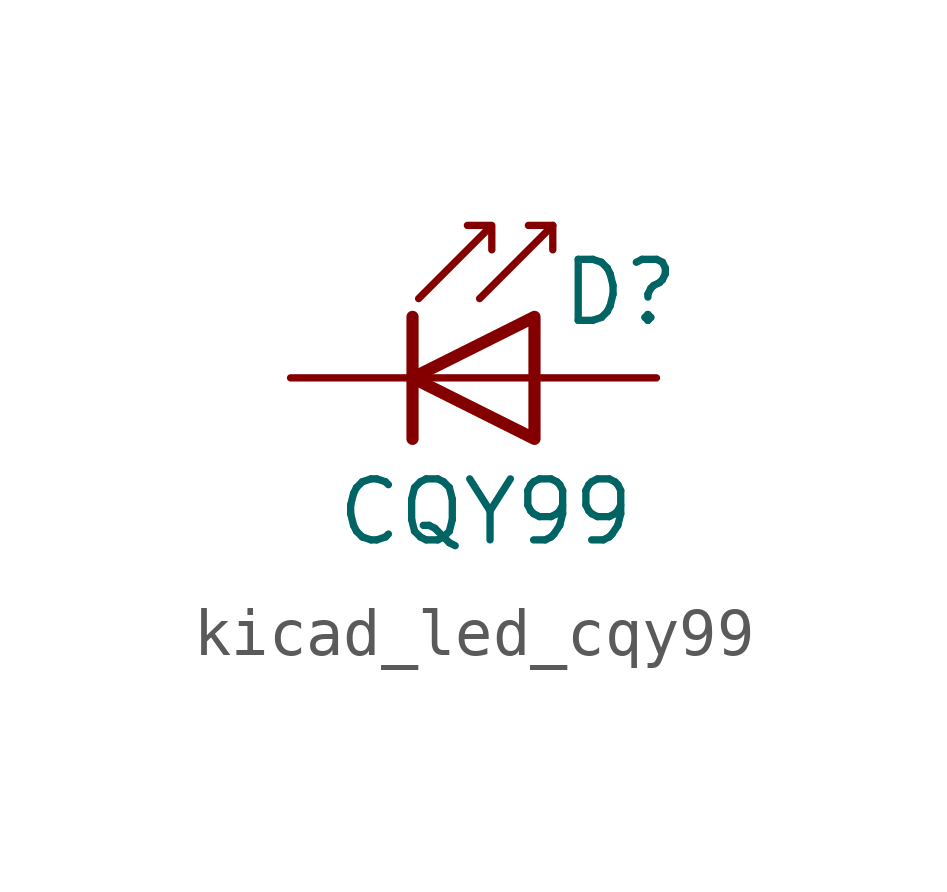
<source format=kicad_sym>
(kicad_symbol_lib
  (version 20220914)
  (generator kicad_symbol_editor)
  (symbol "kicad_led_cqy99"
    (pin_numbers hide)
    (pin_names
      (offset 1.016) hide)
    (property "Reference" "D"
      (at 0.508 1.778 0)
      (effects (font (size 1.27 1.27)) (justify left)))
    (property "Value" "CQY99"
      (at -1.016 -2.794 0)
      (effects (font (size 1.27 1.27))))
    (symbol "kicad_led_cqy99_0_1"
      (polyline (pts (xy -2.54 1.27) (xy -2.54 -1.27)) (stroke (width 0.254) (type default)) (fill (type none)))
      (polyline (pts (xy 0 0) (xy -2.54 0)) (stroke (width 0) (type default)) (fill (type none)))
      (polyline (pts (xy 0.381 3.175) (xy -0.127 3.175)) (stroke (width 0) (type default)) (fill (type none)))
      (polyline (pts (xy -1.143 1.651) (xy 0.381 3.175) (xy 0.381 2.667)) (stroke (width 0) (type default)) (fill (type none)))
      (polyline (pts (xy 0 -1.27) (xy -2.54 0) (xy 0 1.27) (xy 0 -1.27)) (stroke (width 0.254) (type default)) (fill (type none)))
      (polyline (pts (xy -2.413 1.651) (xy -0.889 3.175) (xy -0.889 2.667) (xy -0.889 3.175) (xy -1.397 3.175)) (stroke (width 0) (type default)) (fill (type none))))
    (symbol "kicad_led_cqy99_1_1"
      (pin passive line (at -5.08 0 0) (length 2.54) (name "K" (effects (font (size 1.27 1.27)))) (number "1" (effects (font (size 1.27 1.27)))))
      (pin passive line (at 2.54 0 180) (length 2.54) (name "A" (effects (font (size 1.27 1.27)))) (number "2" (effects (font (size 1.27 1.27))))))))
</source>
